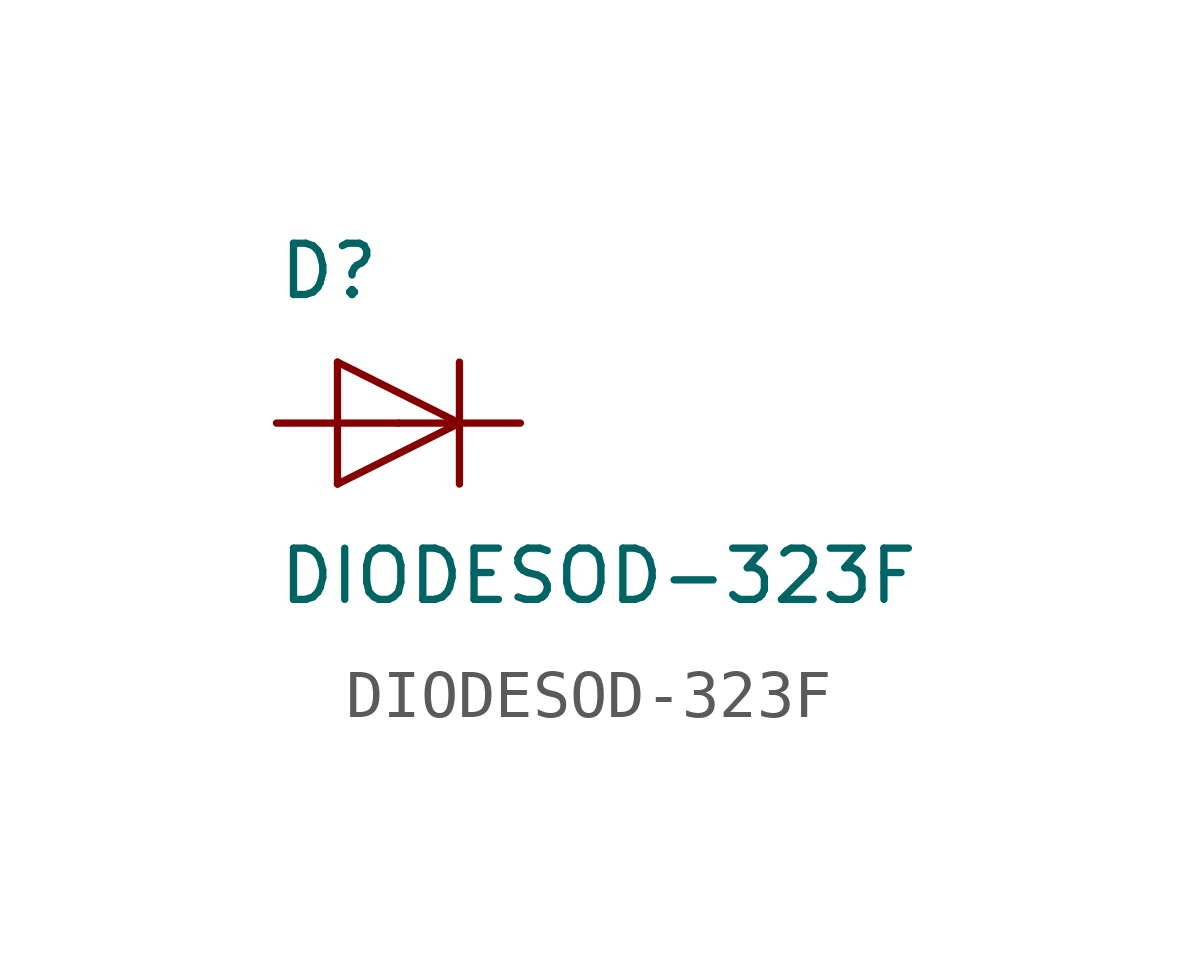
<source format=kicad_sym>
(kicad_symbol_lib
  (version 20211014)
  (generator kicad_symbol_editor)
  (symbol "DIODESOD-323F"
    (pin_names
      (offset 1.016))
    (property "Reference" "D"
      (at -2.54 2.54 0)
      (effects (font (size 1.067 1.067)) (justify left bottom)))
    (property "Value" "DIODESOD-323F"
      (at -2.54 -3.81 0)
      (effects (font (size 1.067 1.067)) (justify left bottom)))
    (property "ki_locked" ""
      (at 0 0 0)
      (effects (font (size 1.27 1.27))))
    (symbol "DIODESOD-323F_1_0"
      (polyline (pts (xy -1.27 -1.27) (xy 1.27 0)) (stroke (width 0) (type default) (color 0 0 0 0)) (fill (type none)))
      (polyline (pts (xy -1.27 1.27) (xy -1.27 -1.27)) (stroke (width 0) (type default) (color 0 0 0 0)) (fill (type none)))
      (polyline (pts (xy 1.27 0) (xy -1.27 1.27)) (stroke (width 0) (type default) (color 0 0 0 0)) (fill (type none)))
      (polyline (pts (xy 1.27 0) (xy 1.27 -1.27)) (stroke (width 0) (type default) (color 0 0 0 0)) (fill (type none)))
      (polyline (pts (xy 1.27 1.27) (xy 1.27 0)) (stroke (width 0) (type default) (color 0 0 0 0)) (fill (type none)))
      (pin passive line (at -2.54 0 0) (length 2.54) (name "A" (effects (font (size 0 0)))) (number "A" (effects (font (size 0 0)))))
      (pin passive line (at 2.54 0 180) (length 2.54) (name "C" (effects (font (size 0 0)))) (number "C" (effects (font (size 0 0))))))))
</source>
